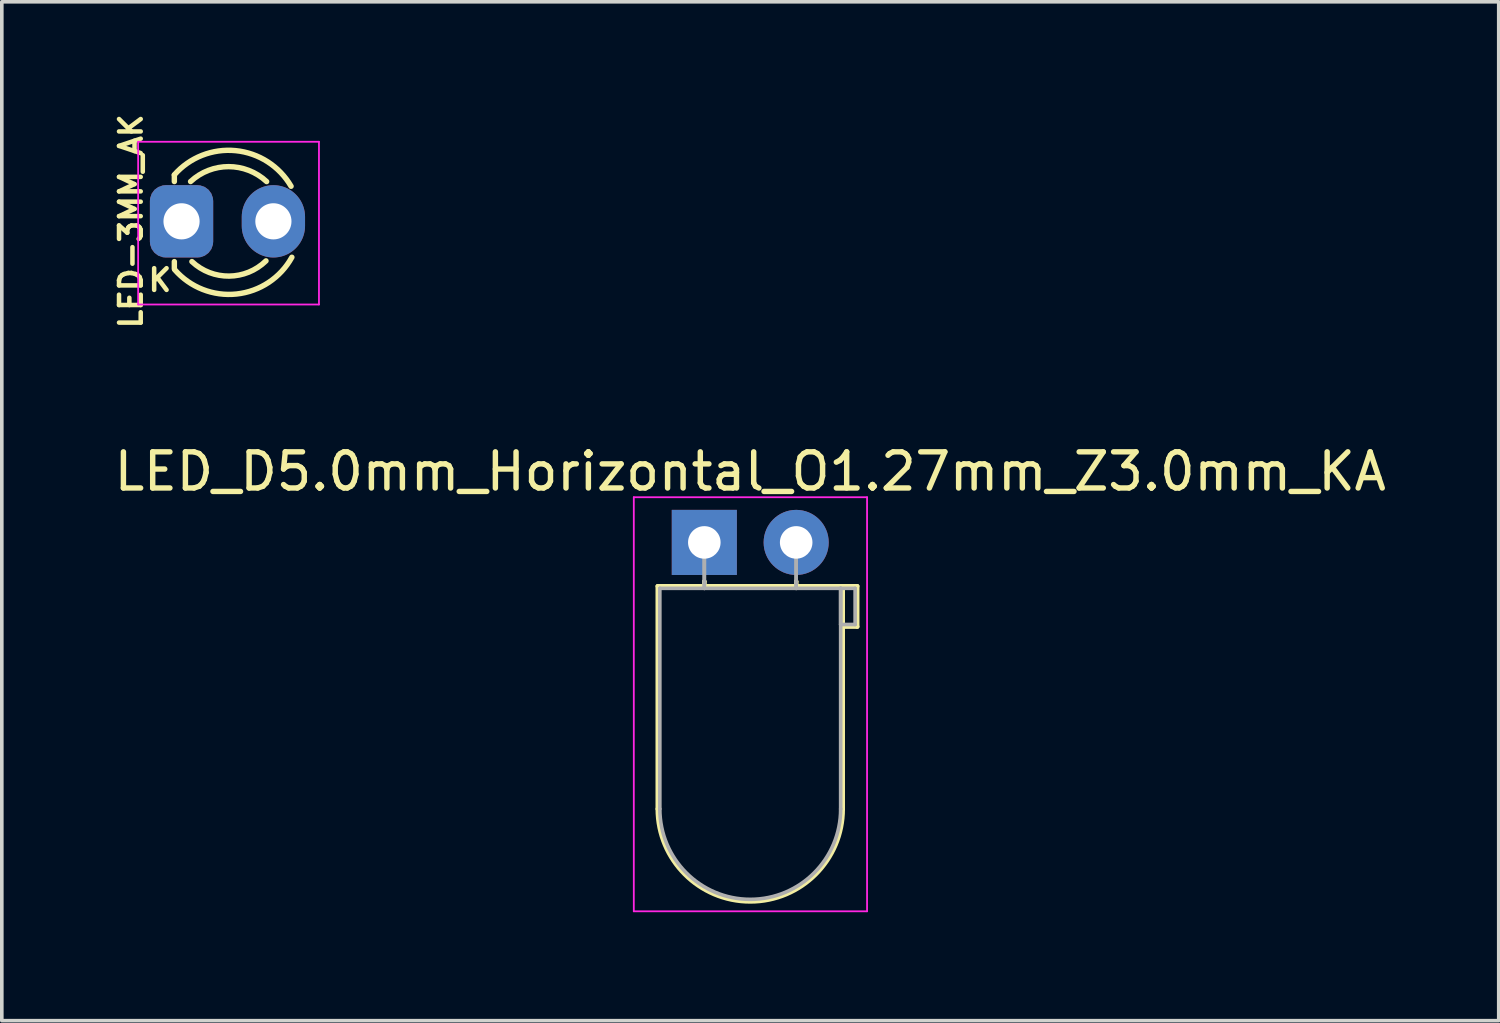
<source format=kicad_pcb>
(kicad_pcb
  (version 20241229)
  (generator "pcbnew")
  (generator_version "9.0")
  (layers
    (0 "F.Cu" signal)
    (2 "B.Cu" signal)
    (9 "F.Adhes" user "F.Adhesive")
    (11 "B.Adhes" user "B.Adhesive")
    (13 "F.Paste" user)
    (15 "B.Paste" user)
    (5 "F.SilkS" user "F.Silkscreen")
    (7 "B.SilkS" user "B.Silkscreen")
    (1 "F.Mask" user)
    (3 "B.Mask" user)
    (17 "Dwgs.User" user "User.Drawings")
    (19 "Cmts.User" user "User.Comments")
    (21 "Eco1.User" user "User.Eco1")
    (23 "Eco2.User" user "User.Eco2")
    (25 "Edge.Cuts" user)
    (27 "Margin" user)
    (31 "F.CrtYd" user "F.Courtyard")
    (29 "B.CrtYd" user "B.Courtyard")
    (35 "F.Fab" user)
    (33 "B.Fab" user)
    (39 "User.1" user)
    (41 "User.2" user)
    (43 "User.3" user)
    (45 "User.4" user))
  (footprint "LED-3MM_AK"
    (layer "F.Cu")
    (at 1.97 3.07)
    (property "Reference" "LED-3MM_AK" (at -1.4 0 270) (layer "F.SilkS") (effects (font (size 0.6 0.6) (thickness 0.125))))
    (attr through_hole)
    (fp_line (start -0.199 -1.28) (end -0.199 -1.1) (stroke (width 0.15) (type solid)) (layer "F.SilkS"))
    (fp_line (start -0.199 1.314) (end -0.199 1.114) (stroke (width 0.15) (type solid)) (layer "F.SilkS"))
    (fp_arc (start -0.199 -1.286) (mid 1.495903 -1.954571) (end 3.028744 -0.969643) (stroke (width 0.15) (type solid)) (layer "F.SilkS"))
    (fp_arc (start 0.25 -1.1) (mid 1.301686 -1.512142) (end 2.353005 -1.099067) (stroke (width 0.15) (type solid)) (layer "F.SilkS"))
    (fp_arc (start 2.335 1.094) (mid 1.31492 1.51473) (end 0.287111 1.113252) (stroke (width 0.15) (type solid)) (layer "F.SilkS"))
    (fp_arc (start 3.051 0.994) (mid 1.522637 2.009958) (end -0.18622 1.340726) (stroke (width 0.15) (type solid)) (layer "F.SilkS"))
    (fp_line (start -1.2 -2.2) (end -1.2 2.3) (stroke (width 0.05) (type solid)) (layer "F.CrtYd"))
    (fp_line (start -1.2 2.3) (end 3.8 2.3) (stroke (width 0.05) (type solid)) (layer "F.CrtYd"))
    (fp_line (start 3.8 -2.2) (end -1.2 -2.2) (stroke (width 0.05) (type solid)) (layer "F.CrtYd"))
    (fp_line (start 3.8 2.3) (end 3.8 -2.2) (stroke (width 0.05) (type solid)) (layer "F.CrtYd"))
    (fp_text user "K" (at -0.6 1.625 0) (layer "F.SilkS") (effects (font (size 0.6 0.6) (thickness 0.125))))
    (pad "A" thru_hole oval (at 2.54 0) (size 1.75 2) (drill 1) (layers "*.Cu" "*.Mask"))
    (pad "K" thru_hole roundrect (at 0 0) (size 1.75 2) (drill 1) (layers "*.Cu" "*.Mask") (roundrect_rratio 0.25)))
  (footprint "LED_D5.0mm_Horizontal_O1.27mm_Z3.0mm_KA"
    (layer "F.Cu")
    (at 16.426 11.949)
    (property "Reference" "LED_D5.0mm_Horizontal_O1.27mm_Z3.0mm_KA" (at 1.27 -1.96 0) (layer "F.SilkS") (effects (font (size 1 1) (thickness 0.15))))
    (attr through_hole)
    (fp_line (start -1.29 1.21) (end -1.29 7.37) (stroke (width 0.12) (type solid)) (layer "F.SilkS"))
    (fp_line (start -1.29 1.21) (end 3.83 1.21) (stroke (width 0.12) (type solid)) (layer "F.SilkS"))
    (fp_line (start 0 1.08) (end 0 1.08) (stroke (width 0.12) (type solid)) (layer "F.SilkS"))
    (fp_line (start 0 1.08) (end 0 1.21) (stroke (width 0.12) (type solid)) (layer "F.SilkS"))
    (fp_line (start 0 1.21) (end 0 1.08) (stroke (width 0.12) (type solid)) (layer "F.SilkS"))
    (fp_line (start 0 1.21) (end 0 1.21) (stroke (width 0.12) (type solid)) (layer "F.SilkS"))
    (fp_line (start 2.54 1.08) (end 2.54 1.08) (stroke (width 0.12) (type solid)) (layer "F.SilkS"))
    (fp_line (start 2.54 1.08) (end 2.54 1.21) (stroke (width 0.12) (type solid)) (layer "F.SilkS"))
    (fp_line (start 2.54 1.21) (end 2.54 1.08) (stroke (width 0.12) (type solid)) (layer "F.SilkS"))
    (fp_line (start 2.54 1.21) (end 2.54 1.21) (stroke (width 0.12) (type solid)) (layer "F.SilkS"))
    (fp_line (start 3.83 1.21) (end 3.83 7.37) (stroke (width 0.12) (type solid)) (layer "F.SilkS"))
    (fp_line (start 3.83 1.21) (end 4.23 1.21) (stroke (width 0.12) (type solid)) (layer "F.SilkS"))
    (fp_line (start 3.83 2.33) (end 3.83 1.21) (stroke (width 0.12) (type solid)) (layer "F.SilkS"))
    (fp_line (start 4.23 1.21) (end 4.23 2.33) (stroke (width 0.12) (type solid)) (layer "F.SilkS"))
    (fp_line (start 4.23 2.33) (end 3.83 2.33) (stroke (width 0.12) (type solid)) (layer "F.SilkS"))
    (fp_arc (start 3.83 7.37) (mid 1.27 9.93) (end -1.29 7.37) (stroke (width 0.12) (type solid)) (layer "F.SilkS"))
    (fp_line (start -1.95 -1.25) (end -1.95 10.2) (stroke (width 0.05) (type solid)) (layer "F.CrtYd"))
    (fp_line (start -1.95 10.2) (end 4.5 10.2) (stroke (width 0.05) (type solid)) (layer "F.CrtYd"))
    (fp_line (start 4.5 -1.25) (end -1.95 -1.25) (stroke (width 0.05) (type solid)) (layer "F.CrtYd"))
    (fp_line (start 4.5 10.2) (end 4.5 -1.25) (stroke (width 0.05) (type solid)) (layer "F.CrtYd"))
    (fp_line (start -1.23 1.27) (end -1.23 7.37) (stroke (width 0.1) (type solid)) (layer "F.Fab"))
    (fp_line (start -1.23 1.27) (end 3.77 1.27) (stroke (width 0.1) (type solid)) (layer "F.Fab"))
    (fp_line (start 0 0) (end 0 0) (stroke (width 0.1) (type solid)) (layer "F.Fab"))
    (fp_line (start 0 0) (end 0 1.27) (stroke (width 0.1) (type solid)) (layer "F.Fab"))
    (fp_line (start 0 1.27) (end 0 0) (stroke (width 0.1) (type solid)) (layer "F.Fab"))
    (fp_line (start 0 1.27) (end 0 1.27) (stroke (width 0.1) (type solid)) (layer "F.Fab"))
    (fp_line (start 2.54 0) (end 2.54 0) (stroke (width 0.1) (type solid)) (layer "F.Fab"))
    (fp_line (start 2.54 0) (end 2.54 1.27) (stroke (width 0.1) (type solid)) (layer "F.Fab"))
    (fp_line (start 2.54 1.27) (end 2.54 0) (stroke (width 0.1) (type solid)) (layer "F.Fab"))
    (fp_line (start 2.54 1.27) (end 2.54 1.27) (stroke (width 0.1) (type solid)) (layer "F.Fab"))
    (fp_line (start 3.77 1.27) (end 3.77 7.37) (stroke (width 0.1) (type solid)) (layer "F.Fab"))
    (fp_line (start 3.77 1.27) (end 4.17 1.27) (stroke (width 0.1) (type solid)) (layer "F.Fab"))
    (fp_line (start 3.77 2.27) (end 3.77 1.27) (stroke (width 0.1) (type solid)) (layer "F.Fab"))
    (fp_line (start 4.17 1.27) (end 4.17 2.27) (stroke (width 0.1) (type solid)) (layer "F.Fab"))
    (fp_line (start 4.17 2.27) (end 3.77 2.27) (stroke (width 0.1) (type solid)) (layer "F.Fab"))
    (fp_arc (start 3.77 7.37) (mid 1.27 9.87) (end -1.23 7.37) (stroke (width 0.1) (type solid)) (layer "F.Fab"))
    (pad "A" thru_hole circle (at 2.54 0) (size 1.8 1.8) (drill 0.9) (layers "*.Cu" "*.Mask"))
    (pad "K" thru_hole rect (at 0 0) (size 1.8 1.8) (drill 0.9) (layers "*.Cu" "*.Mask")))
  (gr_rect
    (start -3 -3)
    (end 38.393 25.174)
    (stroke (width 0.1) (type default))
    (fill no)
    (layer "Edge.Cuts")))
</source>
